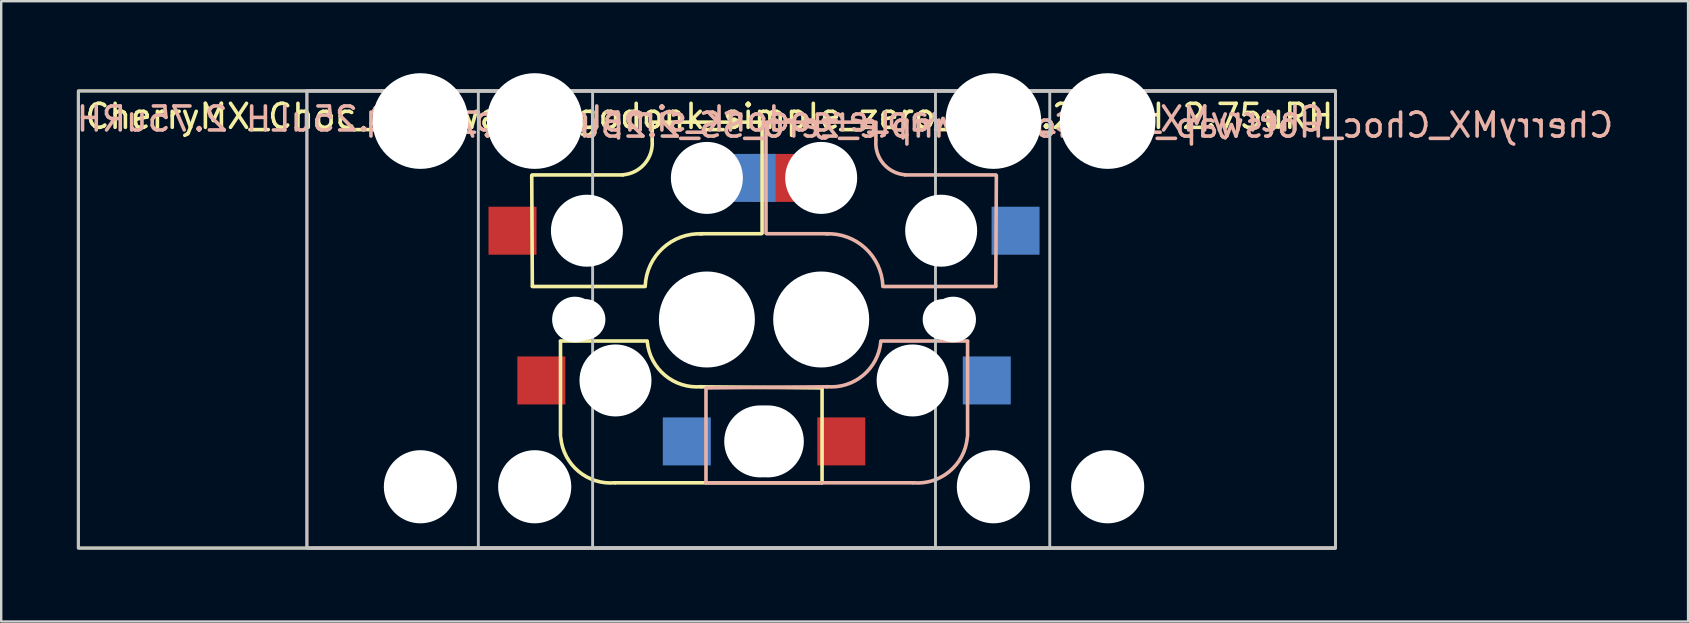
<source format=kicad_pcb>
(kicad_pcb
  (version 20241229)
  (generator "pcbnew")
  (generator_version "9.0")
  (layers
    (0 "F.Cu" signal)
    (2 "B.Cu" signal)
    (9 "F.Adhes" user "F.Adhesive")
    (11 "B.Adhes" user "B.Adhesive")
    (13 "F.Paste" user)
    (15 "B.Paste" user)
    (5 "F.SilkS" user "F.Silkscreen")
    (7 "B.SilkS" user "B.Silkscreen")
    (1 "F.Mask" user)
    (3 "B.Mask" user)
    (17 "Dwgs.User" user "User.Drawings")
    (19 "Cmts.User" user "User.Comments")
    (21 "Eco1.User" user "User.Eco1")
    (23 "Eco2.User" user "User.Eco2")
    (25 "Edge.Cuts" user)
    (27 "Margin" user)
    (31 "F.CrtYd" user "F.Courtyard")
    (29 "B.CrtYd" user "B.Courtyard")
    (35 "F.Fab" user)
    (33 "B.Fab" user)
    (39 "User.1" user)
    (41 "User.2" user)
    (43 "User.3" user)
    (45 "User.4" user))
  (footprint "CherryMX_Choc_Hotswap_ergodonk_simple_zero_SS_2.25uLH 2.75uRH"
    (layer "F.Cu")
    (at 31.17 9.585)
    (property "Reference" "CherryMX_Choc_Hotswap_ergodonk_simple_zero_SS_2.25uLH 2.75uRH" (at 7 -7.421 180) (layer "B.SilkS") (effects (font (size 1 1) (thickness 0.15)) (justify mirror)))
    (attr through_hole)
    (fp_line (start -12.037 -0.721) (end -12.062 -5.321) (stroke (width 0.15) (type solid)) (layer "F.SilkS"))
    (fp_line (start -10.863 1.575) (end -7.253 1.575) (stroke (width 0.15) (type solid)) (layer "F.SilkS"))
    (fp_line (start -10.863 5.529) (end -10.863 1.584) (stroke (width 0.15) (type solid)) (layer "F.SilkS"))
    (fp_line (start -8.262 -5.346) (end -12.037 -5.346) (stroke (width 0.15) (type solid)) (layer "F.SilkS"))
    (fp_line (start -7.338 -0.696) (end -12.037 -0.696) (stroke (width 0.15) (type solid)) (layer "F.SilkS"))
    (fp_line (start -7.043 -6.821) (end -7.043 -7.521) (stroke (width 0.15) (type solid)) (layer "F.SilkS"))
    (fp_line (start -2.487 -7.546) (end -7.037 -7.546) (stroke (width 0.15) (type solid)) (layer "F.SilkS"))
    (fp_line (start -2.487 -2.896) (end -5.037 -2.896) (stroke (width 0.15) (type solid)) (layer "F.SilkS"))
    (fp_line (start -2.462 -2.921) (end -2.462 -7.521) (stroke (width 0.15) (type solid)) (layer "F.SilkS"))
    (fp_line (start 0.037 3.529) (end -5.013 3.483) (stroke (width 0.15) (type solid)) (layer "F.SilkS"))
    (fp_line (start 0.037 3.575) (end 0.037 7.483) (stroke (width 0.15) (type solid)) (layer "F.SilkS"))
    (fp_line (start 0.037 7.483) (end -8.588 7.483) (stroke (width 0.15) (type solid)) (layer "F.SilkS"))
    (fp_rect (start -30.956 -8.846) (end 21.431 10.204) (stroke (width 0.12) (type default)) (fill no) (layer "F.SilkS"))
    (fp_arc (start -8.5875 7.4829) (mid -10.109689 7.00979) (end -10.8515 5.5989) (stroke (width 0.15) (type solid)) (layer "F.SilkS"))
    (fp_arc (start -7.3325 -0.7211) (mid -6.596922 -2.296943) (end -4.9625 -2.8911) (stroke (width 0.15) (type solid)) (layer "F.SilkS"))
    (fp_arc (start -7.0425 -6.7711) (mid -7.358408 -5.80843) (end -8.2625 -5.3511) (stroke (width 0.15) (type solid)) (layer "F.SilkS"))
    (fp_arc (start -4.9875 3.4789) (mid -6.506861 3.006961) (end -7.2475 1.5989) (stroke (width 0.15) (type solid)) (layer "F.SilkS"))
    (fp_line (start -4.8 3.529) (end 0.25 3.483) (stroke (width 0.15) (type solid)) (layer "B.SilkS"))
    (fp_line (start -4.8 3.575) (end -4.8 7.483) (stroke (width 0.15) (type solid)) (layer "B.SilkS"))
    (fp_line (start -4.8 7.483) (end 3.825 7.483) (stroke (width 0.15) (type solid)) (layer "B.SilkS"))
    (fp_line (start -2.3 -2.921) (end -2.3 -7.521) (stroke (width 0.15) (type solid)) (layer "B.SilkS"))
    (fp_line (start -2.275 -7.546) (end 2.275 -7.546) (stroke (width 0.15) (type solid)) (layer "B.SilkS"))
    (fp_line (start -2.275 -2.896) (end 0.275 -2.896) (stroke (width 0.15) (type solid)) (layer "B.SilkS"))
    (fp_line (start 2.28 -6.821) (end 2.28 -7.521) (stroke (width 0.15) (type solid)) (layer "B.SilkS"))
    (fp_line (start 2.575 -0.696) (end 7.275 -0.696) (stroke (width 0.15) (type solid)) (layer "B.SilkS"))
    (fp_line (start 3.5 -5.346) (end 7.275 -5.346) (stroke (width 0.15) (type solid)) (layer "B.SilkS"))
    (fp_line (start 6.1 1.575) (end 2.49 1.575) (stroke (width 0.15) (type solid)) (layer "B.SilkS"))
    (fp_line (start 6.1 5.529) (end 6.1 1.584) (stroke (width 0.15) (type solid)) (layer "B.SilkS"))
    (fp_line (start 7.275 -0.721) (end 7.3 -5.321) (stroke (width 0.15) (type solid)) (layer "B.SilkS"))
    (fp_rect (start -21.431 -8.846) (end 21.431 10.204) (stroke (width 0.12) (type default)) (fill no) (layer "B.SilkS"))
    (fp_arc (start 0.2 -2.8911) (mid 1.834422 -2.296943) (end 2.57 -0.7211) (stroke (width 0.15) (type solid)) (layer "B.SilkS"))
    (fp_arc (start 2.485 1.5989) (mid 1.744361 3.006961) (end 0.225 3.4789) (stroke (width 0.15) (type solid)) (layer "B.SilkS"))
    (fp_arc (start 3.5 -5.3511) (mid 2.595908 -5.80843) (end 2.28 -6.7711) (stroke (width 0.15) (type solid)) (layer "B.SilkS"))
    (fp_arc (start 6.089 5.5989) (mid 5.347189 7.00979) (end 3.825 7.4829) (stroke (width 0.15) (type solid)) (layer "B.SilkS"))
    (fp_rect (start -30.956 -8.846) (end 21.431 10.204) (stroke (width 0.12) (type default)) (fill no) (layer "Dwgs.User"))
    (fp_rect (start -21.431 -8.846) (end 21.431 10.204) (stroke (width 0.12) (type default)) (fill no) (layer "Dwgs.User"))
    (fp_rect (start -14.287 10.204) (end 4.763 -8.846) (stroke (width 0.12) (type default)) (fill no) (layer "Dwgs.User"))
    (fp_rect (start 9.525 10.204) (end -9.525 -8.846) (stroke (width 0.12) (type default)) (fill no) (layer "Dwgs.User"))
    (fp_line (start -13.762 -8.321) (end 4.237 -8.321) (stroke (width 0.15) (type solid)) (layer "Eco2.User"))
    (fp_line (start -13.762 9.679) (end -13.762 -8.321) (stroke (width 0.15) (type solid)) (layer "Eco2.User"))
    (fp_line (start -11.762 -6.321) (end 2.237 -6.321) (stroke (width 0.15) (type solid)) (layer "Eco2.User"))
    (fp_line (start -11.762 7.679) (end -11.762 -6.321) (stroke (width 0.15) (type solid)) (layer "Eco2.User"))
    (fp_line (start -9 -8.321) (end -9 9.679) (stroke (width 0.15) (type solid)) (layer "Eco2.User"))
    (fp_line (start -9 9.679) (end 9 9.679) (stroke (width 0.15) (type solid)) (layer "Eco2.User"))
    (fp_line (start -7 -6.321) (end -7 7.679) (stroke (width 0.15) (type solid)) (layer "Eco2.User"))
    (fp_line (start -7 7.679) (end 7 7.679) (stroke (width 0.15) (type solid)) (layer "Eco2.User"))
    (fp_line (start 2.237 -6.321) (end 2.237 7.679) (stroke (width 0.15) (type solid)) (layer "Eco2.User"))
    (fp_line (start 2.237 7.679) (end -11.762 7.679) (stroke (width 0.15) (type solid)) (layer "Eco2.User"))
    (fp_line (start 4.237 -8.321) (end 4.237 9.679) (stroke (width 0.15) (type solid)) (layer "Eco2.User"))
    (fp_line (start 4.237 9.679) (end -13.762 9.679) (stroke (width 0.15) (type solid)) (layer "Eco2.User"))
    (fp_line (start 7 -6.321) (end -7 -6.321) (stroke (width 0.15) (type solid)) (layer "Eco2.User"))
    (fp_line (start 7 7.679) (end 7 -6.321) (stroke (width 0.15) (type solid)) (layer "Eco2.User"))
    (fp_line (start 9 -8.321) (end -9 -8.321) (stroke (width 0.15) (type solid)) (layer "Eco2.User"))
    (fp_line (start 9 9.679) (end 9 -8.321) (stroke (width 0.15) (type solid)) (layer "Eco2.User"))
    (fp_text user "${REFERENCE}" (at -30.76 -7.2 0) (unlocked yes) (layer "F.SilkS") (effects (font (size 1 1) (thickness 0.15)) (justify left bottom)))
    (fp_text user "${REFERENCE}" (at 21.08 -7.09 0) (layer "B.SilkS") (effects (font (size 1 1) (thickness 0.15)) (justify left bottom mirror)))
    (pad "" np_thru_hole circle (at -16.701 -7.591) (size 3.988 3.988) (drill 3.988) (layers "*.Cu" "*.Mask"))
    (pad "" np_thru_hole circle (at -16.701 7.649) (size 3.048 3.048) (drill 3.048) (layers "*.Cu" "*.Mask"))
    (pad "" np_thru_hole circle (at -11.938 -7.591) (size 3.988 3.988) (drill 3.988) (layers "*.Cu" "*.Mask"))
    (pad "" np_thru_hole circle (at -11.938 7.649) (size 3.048 3.048) (drill 3.048) (layers "*.Cu" "*.Mask"))
    (pad "" np_thru_hole circle (at -10.262 0.679 270) (size 1.9 1.9) (drill 1.9) (layers "*.Cu" "*.Mask"))
    (pad "" np_thru_hole circle (at -9.842 0.679 180) (size 1.7 1.7) (drill 1.7) (layers "*.Cu" "*.Mask"))
    (pad "" np_thru_hole circle (at -9.762 -3.021 90) (size 3 3) (drill 3) (layers "*.Cu" "*.Mask"))
    (pad "" np_thru_hole circle (at -8.572 3.219) (size 3 3) (drill 3) (layers "*.Cu" "*.Mask"))
    (pad "" np_thru_hole circle (at -5.5 0.679 90) (size 1.9 1.9) (drill 1.9) (layers "*.Cu" "*.Mask"))
    (pad "" np_thru_hole circle (at -5.08 0.679 180) (size 1.7 1.7) (drill 1.7) (layers "*.Cu" "*.Mask"))
    (pad "" np_thru_hole circle (at -4.763 -5.221 270) (size 3 3) (drill 3) (layers "*.Cu" "*.Mask"))
    (pad "" np_thru_hole circle (at -4.763 0.679 270) (size 4 4) (drill 4) (layers "*.Cu" "*.Mask"))
    (pad "" np_thru_hole circle (at -2.54 5.759) (size 3 3) (drill 3) (layers "*.Cu" "*.Mask"))
    (pad "" np_thru_hole circle (at -2.223 5.759) (size 3 3) (drill 3) (layers "*.Cu" "*.Mask"))
    (pad "" np_thru_hole circle (at 0 -5.221 90) (size 3 3) (drill 3) (layers "*.Cu" "*.Mask"))
    (pad "" np_thru_hole circle (at 0 0.679 90) (size 4 4) (drill 4) (layers "*.Cu" "*.Mask"))
    (pad "" np_thru_hole circle (at 0.318 0.679 180) (size 1.7 1.7) (drill 1.7) (layers "*.Cu" "*.Mask"))
    (pad "" np_thru_hole circle (at 0.738 0.679 270) (size 1.9 1.9) (drill 1.9) (layers "*.Cu" "*.Mask"))
    (pad "" np_thru_hole circle (at 3.81 3.219) (size 3 3) (drill 3) (layers "*.Cu" "*.Mask"))
    (pad "" np_thru_hole circle (at 5 -3.021 270) (size 3 3) (drill 3) (layers "*.Cu" "*.Mask"))
    (pad "" np_thru_hole circle (at 5.08 0.679 180) (size 1.7 1.7) (drill 1.7) (layers "*.Cu" "*.Mask"))
    (pad "" np_thru_hole circle (at 5.5 0.679 90) (size 1.9 1.9) (drill 1.9) (layers "*.Cu" "*.Mask"))
    (pad "" np_thru_hole circle (at 7.176 -7.591) (size 3.988 3.988) (drill 3.988) (layers "*.Cu" "*.Mask"))
    (pad "" np_thru_hole circle (at 7.176 7.649) (size 3.048 3.048) (drill 3.048) (layers "*.Cu" "*.Mask"))
    (pad "" np_thru_hole circle (at 11.938 -7.591) (size 3.988 3.988) (drill 3.988) (layers "*.Cu" "*.Mask"))
    (pad "" np_thru_hole circle (at 11.938 7.649) (size 3.048 3.048) (drill 3.048) (layers "*.Cu" "*.Mask"))
    (pad "5" smd rect (at -11.662 3.219) (size 2 2) (layers "F.Cu" "F.Mask" "F.Paste"))
    (pad "5" smd rect (at -5.6 5.759) (size 2 2) (layers "B.Cu" "B.Mask" "B.Paste"))
    (pad "5" smd rect (at -2.8 -5.221) (size 1.8 2) (layers "B.Cu" "B.Mask" "B.Paste"))
    (pad "5" smd rect (at -1.962 -5.221) (size 1.8 2) (layers "F.Cu" "F.Mask" "F.Paste"))
    (pad "6" smd rect (at -12.863 -3.021) (size 2 2) (layers "F.Cu" "F.Mask" "F.Paste"))
    (pad "6" smd rect (at 0.838 5.759) (size 2 2) (layers "F.Cu" "F.Mask" "F.Paste"))
    (pad "6" smd rect (at 6.9 3.219) (size 2 2) (layers "B.Cu" "B.Mask" "B.Paste"))
    (pad "6" smd rect (at 8.1 -3.021) (size 2 2) (layers "B.Cu" "B.Mask" "B.Paste")))
  (gr_rect
    (start -3 -3)
    (end 67.295 22.849)
    (stroke (width 0.1) (type default))
    (fill no)
    (layer "Edge.Cuts")))
</source>
